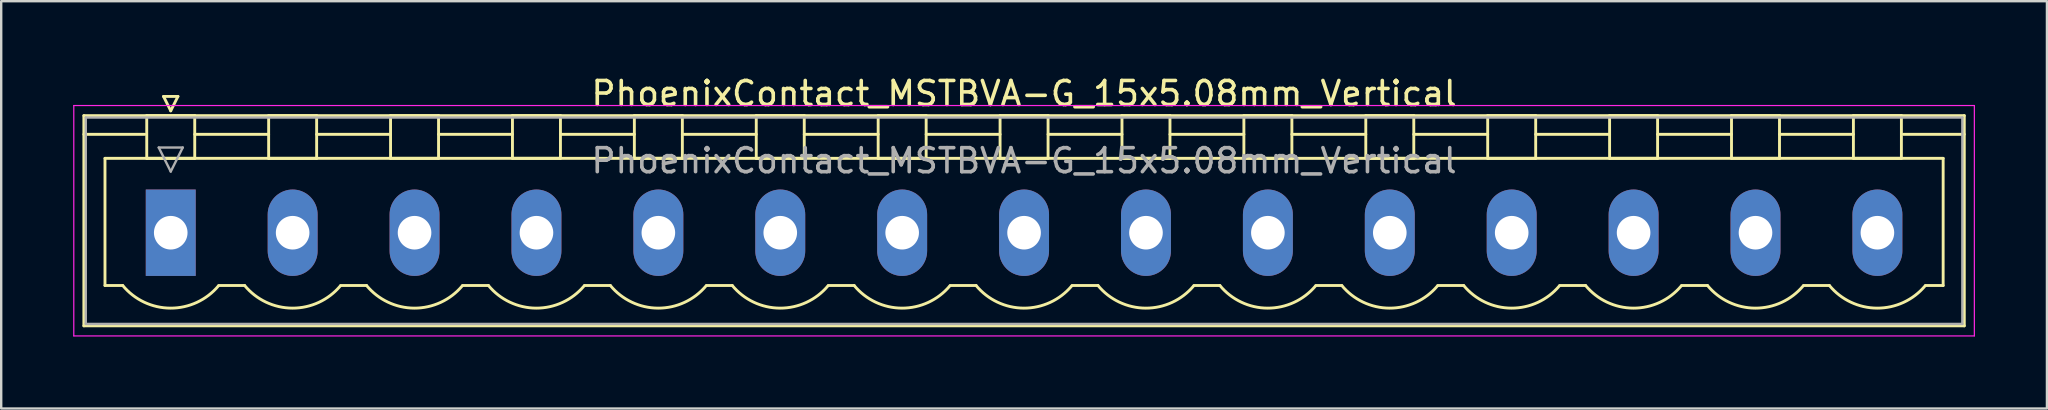
<source format=kicad_pcb>
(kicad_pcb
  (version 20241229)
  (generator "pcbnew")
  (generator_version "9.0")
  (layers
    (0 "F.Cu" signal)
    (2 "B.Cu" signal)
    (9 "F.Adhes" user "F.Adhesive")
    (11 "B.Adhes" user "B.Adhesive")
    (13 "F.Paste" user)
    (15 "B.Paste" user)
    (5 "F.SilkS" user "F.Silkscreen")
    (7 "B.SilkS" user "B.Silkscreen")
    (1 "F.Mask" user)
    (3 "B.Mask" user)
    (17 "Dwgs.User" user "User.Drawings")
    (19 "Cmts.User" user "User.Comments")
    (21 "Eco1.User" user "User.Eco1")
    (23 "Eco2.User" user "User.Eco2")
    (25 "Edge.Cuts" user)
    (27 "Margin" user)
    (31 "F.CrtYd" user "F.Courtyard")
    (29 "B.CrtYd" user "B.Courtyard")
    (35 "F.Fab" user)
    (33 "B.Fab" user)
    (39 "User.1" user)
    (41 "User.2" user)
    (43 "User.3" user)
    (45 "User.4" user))
  (footprint "PhoenixContact_MSTBVA-G_15x5.08mm_Vertical"
    (layer "F.Cu")
    (at 4.065 6.648)
    (property "Reference" "PhoenixContact_MSTBVA-G_15x5.08mm_Vertical" (at 35.56 -5.8 0) (layer "F.SilkS") (effects (font (size 1 1) (thickness 0.15))))
    (attr through_hole)
    (fp_line (start -3.62 -4.88) (end -3.62 3.88) (stroke (width 0.12) (type solid)) (layer "F.SilkS"))
    (fp_line (start -3.62 -4.1) (end -1.08 -4.1) (stroke (width 0.12) (type solid)) (layer "F.SilkS"))
    (fp_line (start -3.62 3.88) (end 74.74 3.88) (stroke (width 0.12) (type solid)) (layer "F.SilkS"))
    (fp_line (start -2.74 -3.1) (end 73.86 -3.1) (stroke (width 0.12) (type solid)) (layer "F.SilkS"))
    (fp_line (start -2.74 2.2) (end -2.74 -3.1) (stroke (width 0.12) (type solid)) (layer "F.SilkS"))
    (fp_line (start -2 2.2) (end -2.74 2.2) (stroke (width 0.12) (type solid)) (layer "F.SilkS"))
    (fp_line (start -1 -4.88) (end 1 -4.88) (stroke (width 0.12) (type solid)) (layer "F.SilkS"))
    (fp_line (start -1 -3.1) (end -1 -4.88) (stroke (width 0.12) (type solid)) (layer "F.SilkS"))
    (fp_line (start -0.3 -5.68) (end 0.3 -5.68) (stroke (width 0.12) (type solid)) (layer "F.SilkS"))
    (fp_line (start 0 -5.08) (end -0.3 -5.68) (stroke (width 0.12) (type solid)) (layer "F.SilkS"))
    (fp_line (start 0.3 -5.68) (end 0 -5.08) (stroke (width 0.12) (type solid)) (layer "F.SilkS"))
    (fp_line (start 1 -4.88) (end 1 -3.1) (stroke (width 0.12) (type solid)) (layer "F.SilkS"))
    (fp_line (start 1 -4.1) (end 4.08 -4.1) (stroke (width 0.12) (type solid)) (layer "F.SilkS"))
    (fp_line (start 1 -3.1) (end -1 -3.1) (stroke (width 0.12) (type solid)) (layer "F.SilkS"))
    (fp_line (start 2 2.2) (end 3.08 2.2) (stroke (width 0.12) (type solid)) (layer "F.SilkS"))
    (fp_line (start 4.08 -4.88) (end 6.08 -4.88) (stroke (width 0.12) (type solid)) (layer "F.SilkS"))
    (fp_line (start 4.08 -3.1) (end 4.08 -4.88) (stroke (width 0.12) (type solid)) (layer "F.SilkS"))
    (fp_line (start 6.08 -4.88) (end 6.08 -3.1) (stroke (width 0.12) (type solid)) (layer "F.SilkS"))
    (fp_line (start 6.08 -4.1) (end 9.16 -4.1) (stroke (width 0.12) (type solid)) (layer "F.SilkS"))
    (fp_line (start 6.08 -3.1) (end 4.08 -3.1) (stroke (width 0.12) (type solid)) (layer "F.SilkS"))
    (fp_line (start 7.08 2.2) (end 8.16 2.2) (stroke (width 0.12) (type solid)) (layer "F.SilkS"))
    (fp_line (start 9.16 -4.88) (end 11.16 -4.88) (stroke (width 0.12) (type solid)) (layer "F.SilkS"))
    (fp_line (start 9.16 -3.1) (end 9.16 -4.88) (stroke (width 0.12) (type solid)) (layer "F.SilkS"))
    (fp_line (start 11.16 -4.88) (end 11.16 -3.1) (stroke (width 0.12) (type solid)) (layer "F.SilkS"))
    (fp_line (start 11.16 -4.1) (end 14.24 -4.1) (stroke (width 0.12) (type solid)) (layer "F.SilkS"))
    (fp_line (start 11.16 -3.1) (end 9.16 -3.1) (stroke (width 0.12) (type solid)) (layer "F.SilkS"))
    (fp_line (start 12.16 2.2) (end 13.24 2.2) (stroke (width 0.12) (type solid)) (layer "F.SilkS"))
    (fp_line (start 14.24 -4.88) (end 16.24 -4.88) (stroke (width 0.12) (type solid)) (layer "F.SilkS"))
    (fp_line (start 14.24 -3.1) (end 14.24 -4.88) (stroke (width 0.12) (type solid)) (layer "F.SilkS"))
    (fp_line (start 16.24 -4.88) (end 16.24 -3.1) (stroke (width 0.12) (type solid)) (layer "F.SilkS"))
    (fp_line (start 16.24 -4.1) (end 19.32 -4.1) (stroke (width 0.12) (type solid)) (layer "F.SilkS"))
    (fp_line (start 16.24 -3.1) (end 14.24 -3.1) (stroke (width 0.12) (type solid)) (layer "F.SilkS"))
    (fp_line (start 17.24 2.2) (end 18.32 2.2) (stroke (width 0.12) (type solid)) (layer "F.SilkS"))
    (fp_line (start 19.32 -4.88) (end 21.32 -4.88) (stroke (width 0.12) (type solid)) (layer "F.SilkS"))
    (fp_line (start 19.32 -3.1) (end 19.32 -4.88) (stroke (width 0.12) (type solid)) (layer "F.SilkS"))
    (fp_line (start 21.32 -4.88) (end 21.32 -3.1) (stroke (width 0.12) (type solid)) (layer "F.SilkS"))
    (fp_line (start 21.32 -4.1) (end 24.4 -4.1) (stroke (width 0.12) (type solid)) (layer "F.SilkS"))
    (fp_line (start 21.32 -3.1) (end 19.32 -3.1) (stroke (width 0.12) (type solid)) (layer "F.SilkS"))
    (fp_line (start 22.32 2.2) (end 23.4 2.2) (stroke (width 0.12) (type solid)) (layer "F.SilkS"))
    (fp_line (start 24.4 -4.88) (end 26.4 -4.88) (stroke (width 0.12) (type solid)) (layer "F.SilkS"))
    (fp_line (start 24.4 -3.1) (end 24.4 -4.88) (stroke (width 0.12) (type solid)) (layer "F.SilkS"))
    (fp_line (start 26.4 -4.88) (end 26.4 -3.1) (stroke (width 0.12) (type solid)) (layer "F.SilkS"))
    (fp_line (start 26.4 -4.1) (end 29.48 -4.1) (stroke (width 0.12) (type solid)) (layer "F.SilkS"))
    (fp_line (start 26.4 -3.1) (end 24.4 -3.1) (stroke (width 0.12) (type solid)) (layer "F.SilkS"))
    (fp_line (start 27.4 2.2) (end 28.48 2.2) (stroke (width 0.12) (type solid)) (layer "F.SilkS"))
    (fp_line (start 29.48 -4.88) (end 31.48 -4.88) (stroke (width 0.12) (type solid)) (layer "F.SilkS"))
    (fp_line (start 29.48 -3.1) (end 29.48 -4.88) (stroke (width 0.12) (type solid)) (layer "F.SilkS"))
    (fp_line (start 31.48 -4.88) (end 31.48 -3.1) (stroke (width 0.12) (type solid)) (layer "F.SilkS"))
    (fp_line (start 31.48 -4.1) (end 34.56 -4.1) (stroke (width 0.12) (type solid)) (layer "F.SilkS"))
    (fp_line (start 31.48 -3.1) (end 29.48 -3.1) (stroke (width 0.12) (type solid)) (layer "F.SilkS"))
    (fp_line (start 32.48 2.2) (end 33.56 2.2) (stroke (width 0.12) (type solid)) (layer "F.SilkS"))
    (fp_line (start 34.56 -4.88) (end 36.56 -4.88) (stroke (width 0.12) (type solid)) (layer "F.SilkS"))
    (fp_line (start 34.56 -3.1) (end 34.56 -4.88) (stroke (width 0.12) (type solid)) (layer "F.SilkS"))
    (fp_line (start 36.56 -4.88) (end 36.56 -3.1) (stroke (width 0.12) (type solid)) (layer "F.SilkS"))
    (fp_line (start 36.56 -4.1) (end 39.64 -4.1) (stroke (width 0.12) (type solid)) (layer "F.SilkS"))
    (fp_line (start 36.56 -3.1) (end 34.56 -3.1) (stroke (width 0.12) (type solid)) (layer "F.SilkS"))
    (fp_line (start 37.56 2.2) (end 38.64 2.2) (stroke (width 0.12) (type solid)) (layer "F.SilkS"))
    (fp_line (start 39.64 -4.88) (end 41.64 -4.88) (stroke (width 0.12) (type solid)) (layer "F.SilkS"))
    (fp_line (start 39.64 -3.1) (end 39.64 -4.88) (stroke (width 0.12) (type solid)) (layer "F.SilkS"))
    (fp_line (start 41.64 -4.88) (end 41.64 -3.1) (stroke (width 0.12) (type solid)) (layer "F.SilkS"))
    (fp_line (start 41.64 -4.1) (end 44.72 -4.1) (stroke (width 0.12) (type solid)) (layer "F.SilkS"))
    (fp_line (start 41.64 -3.1) (end 39.64 -3.1) (stroke (width 0.12) (type solid)) (layer "F.SilkS"))
    (fp_line (start 42.64 2.2) (end 43.72 2.2) (stroke (width 0.12) (type solid)) (layer "F.SilkS"))
    (fp_line (start 44.72 -4.88) (end 46.72 -4.88) (stroke (width 0.12) (type solid)) (layer "F.SilkS"))
    (fp_line (start 44.72 -3.1) (end 44.72 -4.88) (stroke (width 0.12) (type solid)) (layer "F.SilkS"))
    (fp_line (start 46.72 -4.88) (end 46.72 -3.1) (stroke (width 0.12) (type solid)) (layer "F.SilkS"))
    (fp_line (start 46.72 -4.1) (end 49.8 -4.1) (stroke (width 0.12) (type solid)) (layer "F.SilkS"))
    (fp_line (start 46.72 -3.1) (end 44.72 -3.1) (stroke (width 0.12) (type solid)) (layer "F.SilkS"))
    (fp_line (start 47.72 2.2) (end 48.8 2.2) (stroke (width 0.12) (type solid)) (layer "F.SilkS"))
    (fp_line (start 49.8 -4.88) (end 51.8 -4.88) (stroke (width 0.12) (type solid)) (layer "F.SilkS"))
    (fp_line (start 49.8 -3.1) (end 49.8 -4.88) (stroke (width 0.12) (type solid)) (layer "F.SilkS"))
    (fp_line (start 51.8 -4.88) (end 51.8 -3.1) (stroke (width 0.12) (type solid)) (layer "F.SilkS"))
    (fp_line (start 51.8 -4.1) (end 54.88 -4.1) (stroke (width 0.12) (type solid)) (layer "F.SilkS"))
    (fp_line (start 51.8 -3.1) (end 49.8 -3.1) (stroke (width 0.12) (type solid)) (layer "F.SilkS"))
    (fp_line (start 52.8 2.2) (end 53.88 2.2) (stroke (width 0.12) (type solid)) (layer "F.SilkS"))
    (fp_line (start 54.88 -4.88) (end 56.88 -4.88) (stroke (width 0.12) (type solid)) (layer "F.SilkS"))
    (fp_line (start 54.88 -3.1) (end 54.88 -4.88) (stroke (width 0.12) (type solid)) (layer "F.SilkS"))
    (fp_line (start 56.88 -4.88) (end 56.88 -3.1) (stroke (width 0.12) (type solid)) (layer "F.SilkS"))
    (fp_line (start 56.88 -4.1) (end 59.96 -4.1) (stroke (width 0.12) (type solid)) (layer "F.SilkS"))
    (fp_line (start 56.88 -3.1) (end 54.88 -3.1) (stroke (width 0.12) (type solid)) (layer "F.SilkS"))
    (fp_line (start 57.88 2.2) (end 58.96 2.2) (stroke (width 0.12) (type solid)) (layer "F.SilkS"))
    (fp_line (start 59.96 -4.88) (end 61.96 -4.88) (stroke (width 0.12) (type solid)) (layer "F.SilkS"))
    (fp_line (start 59.96 -3.1) (end 59.96 -4.88) (stroke (width 0.12) (type solid)) (layer "F.SilkS"))
    (fp_line (start 61.96 -4.88) (end 61.96 -3.1) (stroke (width 0.12) (type solid)) (layer "F.SilkS"))
    (fp_line (start 61.96 -4.1) (end 65.04 -4.1) (stroke (width 0.12) (type solid)) (layer "F.SilkS"))
    (fp_line (start 61.96 -3.1) (end 59.96 -3.1) (stroke (width 0.12) (type solid)) (layer "F.SilkS"))
    (fp_line (start 62.96 2.2) (end 64.04 2.2) (stroke (width 0.12) (type solid)) (layer "F.SilkS"))
    (fp_line (start 65.04 -4.88) (end 67.04 -4.88) (stroke (width 0.12) (type solid)) (layer "F.SilkS"))
    (fp_line (start 65.04 -3.1) (end 65.04 -4.88) (stroke (width 0.12) (type solid)) (layer "F.SilkS"))
    (fp_line (start 67.04 -4.88) (end 67.04 -3.1) (stroke (width 0.12) (type solid)) (layer "F.SilkS"))
    (fp_line (start 67.04 -4.1) (end 70.12 -4.1) (stroke (width 0.12) (type solid)) (layer "F.SilkS"))
    (fp_line (start 67.04 -3.1) (end 65.04 -3.1) (stroke (width 0.12) (type solid)) (layer "F.SilkS"))
    (fp_line (start 68.04 2.2) (end 69.12 2.2) (stroke (width 0.12) (type solid)) (layer "F.SilkS"))
    (fp_line (start 70.12 -4.88) (end 72.12 -4.88) (stroke (width 0.12) (type solid)) (layer "F.SilkS"))
    (fp_line (start 70.12 -3.1) (end 70.12 -4.88) (stroke (width 0.12) (type solid)) (layer "F.SilkS"))
    (fp_line (start 72.12 -4.88) (end 72.12 -3.1) (stroke (width 0.12) (type solid)) (layer "F.SilkS"))
    (fp_line (start 72.12 -3.1) (end 70.12 -3.1) (stroke (width 0.12) (type solid)) (layer "F.SilkS"))
    (fp_line (start 73.86 -3.1) (end 73.86 2.2) (stroke (width 0.12) (type solid)) (layer "F.SilkS"))
    (fp_line (start 73.86 2.2) (end 73.12 2.2) (stroke (width 0.12) (type solid)) (layer "F.SilkS"))
    (fp_line (start 74.74 -4.88) (end -3.62 -4.88) (stroke (width 0.12) (type solid)) (layer "F.SilkS"))
    (fp_line (start 74.74 -4.1) (end 72.2 -4.1) (stroke (width 0.12) (type solid)) (layer "F.SilkS"))
    (fp_line (start 74.74 3.88) (end 74.74 -4.88) (stroke (width 0.12) (type solid)) (layer "F.SilkS"))
    (fp_arc (start 1.986842 2.215821) (mid -0.010289 3.142758) (end -2 2.2) (stroke (width 0.12) (type solid)) (layer "F.SilkS"))
    (fp_arc (start 7.066842 2.215821) (mid 5.069711 3.142758) (end 3.08 2.2) (stroke (width 0.12) (type solid)) (layer "F.SilkS"))
    (fp_arc (start 12.146842 2.215821) (mid 10.149711 3.142758) (end 8.16 2.2) (stroke (width 0.12) (type solid)) (layer "F.SilkS"))
    (fp_arc (start 17.226842 2.215821) (mid 15.229711 3.142758) (end 13.24 2.2) (stroke (width 0.12) (type solid)) (layer "F.SilkS"))
    (fp_arc (start 22.306842 2.215821) (mid 20.309711 3.142758) (end 18.32 2.2) (stroke (width 0.12) (type solid)) (layer "F.SilkS"))
    (fp_arc (start 27.386842 2.215821) (mid 25.389711 3.142758) (end 23.4 2.2) (stroke (width 0.12) (type solid)) (layer "F.SilkS"))
    (fp_arc (start 32.466842 2.215821) (mid 30.469711 3.142758) (end 28.48 2.2) (stroke (width 0.12) (type solid)) (layer "F.SilkS"))
    (fp_arc (start 37.546842 2.215821) (mid 35.549711 3.142758) (end 33.56 2.2) (stroke (width 0.12) (type solid)) (layer "F.SilkS"))
    (fp_arc (start 42.626842 2.215821) (mid 40.629711 3.142758) (end 38.64 2.2) (stroke (width 0.12) (type solid)) (layer "F.SilkS"))
    (fp_arc (start 47.706842 2.215821) (mid 45.709711 3.142758) (end 43.72 2.2) (stroke (width 0.12) (type solid)) (layer "F.SilkS"))
    (fp_arc (start 52.786842 2.215821) (mid 50.789711 3.142758) (end 48.8 2.2) (stroke (width 0.12) (type solid)) (layer "F.SilkS"))
    (fp_arc (start 57.866842 2.215821) (mid 55.869711 3.142758) (end 53.88 2.2) (stroke (width 0.12) (type solid)) (layer "F.SilkS"))
    (fp_arc (start 62.946842 2.215821) (mid 60.949711 3.142758) (end 58.96 2.2) (stroke (width 0.12) (type solid)) (layer "F.SilkS"))
    (fp_arc (start 68.026842 2.215821) (mid 66.029711 3.142758) (end 64.04 2.2) (stroke (width 0.12) (type solid)) (layer "F.SilkS"))
    (fp_arc (start 73.106842 2.215821) (mid 71.109711 3.142758) (end 69.12 2.2) (stroke (width 0.12) (type solid)) (layer "F.SilkS"))
    (fp_line (start -4.04 -5.3) (end -4.04 4.3) (stroke (width 0.05) (type solid)) (layer "F.CrtYd"))
    (fp_line (start -4.04 4.3) (end 75.16 4.3) (stroke (width 0.05) (type solid)) (layer "F.CrtYd"))
    (fp_line (start 75.16 -5.3) (end -4.04 -5.3) (stroke (width 0.05) (type solid)) (layer "F.CrtYd"))
    (fp_line (start 75.16 4.3) (end 75.16 -5.3) (stroke (width 0.05) (type solid)) (layer "F.CrtYd"))
    (fp_line (start -3.54 -4.8) (end -3.54 3.8) (stroke (width 0.1) (type solid)) (layer "F.Fab"))
    (fp_line (start -3.54 3.8) (end 74.66 3.8) (stroke (width 0.1) (type solid)) (layer "F.Fab"))
    (fp_line (start -0.5 -3.55) (end 0.5 -3.55) (stroke (width 0.1) (type solid)) (layer "F.Fab"))
    (fp_line (start 0 -2.55) (end -0.5 -3.55) (stroke (width 0.1) (type solid)) (layer "F.Fab"))
    (fp_line (start 0.5 -3.55) (end 0 -2.55) (stroke (width 0.1) (type solid)) (layer "F.Fab"))
    (fp_line (start 74.66 -4.8) (end -3.54 -4.8) (stroke (width 0.1) (type solid)) (layer "F.Fab"))
    (fp_line (start 74.66 3.8) (end 74.66 -4.8) (stroke (width 0.1) (type solid)) (layer "F.Fab"))
    (fp_text user "${REFERENCE}" (at 35.56 -3 0) (layer "F.Fab") (effects (font (size 1 1) (thickness 0.15))))
    (pad "1" thru_hole rect (at 0 0) (size 2.08 3.6) (drill 1.4) (layers "*.Cu" "*.Mask"))
    (pad "2" thru_hole oval (at 5.08 0) (size 2.08 3.6) (drill 1.4) (layers "*.Cu" "*.Mask"))
    (pad "3" thru_hole oval (at 10.16 0) (size 2.08 3.6) (drill 1.4) (layers "*.Cu" "*.Mask"))
    (pad "4" thru_hole oval (at 15.24 0) (size 2.08 3.6) (drill 1.4) (layers "*.Cu" "*.Mask"))
    (pad "5" thru_hole oval (at 20.32 0) (size 2.08 3.6) (drill 1.4) (layers "*.Cu" "*.Mask"))
    (pad "6" thru_hole oval (at 25.4 0) (size 2.08 3.6) (drill 1.4) (layers "*.Cu" "*.Mask"))
    (pad "7" thru_hole oval (at 30.48 0) (size 2.08 3.6) (drill 1.4) (layers "*.Cu" "*.Mask"))
    (pad "8" thru_hole oval (at 35.56 0) (size 2.08 3.6) (drill 1.4) (layers "*.Cu" "*.Mask"))
    (pad "9" thru_hole oval (at 40.64 0) (size 2.08 3.6) (drill 1.4) (layers "*.Cu" "*.Mask"))
    (pad "10" thru_hole oval (at 45.72 0) (size 2.08 3.6) (drill 1.4) (layers "*.Cu" "*.Mask"))
    (pad "11" thru_hole oval (at 50.8 0) (size 2.08 3.6) (drill 1.4) (layers "*.Cu" "*.Mask"))
    (pad "12" thru_hole oval (at 55.88 0) (size 2.08 3.6) (drill 1.4) (layers "*.Cu" "*.Mask"))
    (pad "13" thru_hole oval (at 60.96 0) (size 2.08 3.6) (drill 1.4) (layers "*.Cu" "*.Mask"))
    (pad "14" thru_hole oval (at 66.04 0) (size 2.08 3.6) (drill 1.4) (layers "*.Cu" "*.Mask"))
    (pad "15" thru_hole oval (at 71.12 0) (size 2.08 3.6) (drill 1.4) (layers "*.Cu" "*.Mask")))
  (gr_rect
    (start -3 -3)
    (end 82.25 13.973)
    (stroke (width 0.1) (type default))
    (fill no)
    (layer "Edge.Cuts")))
</source>
